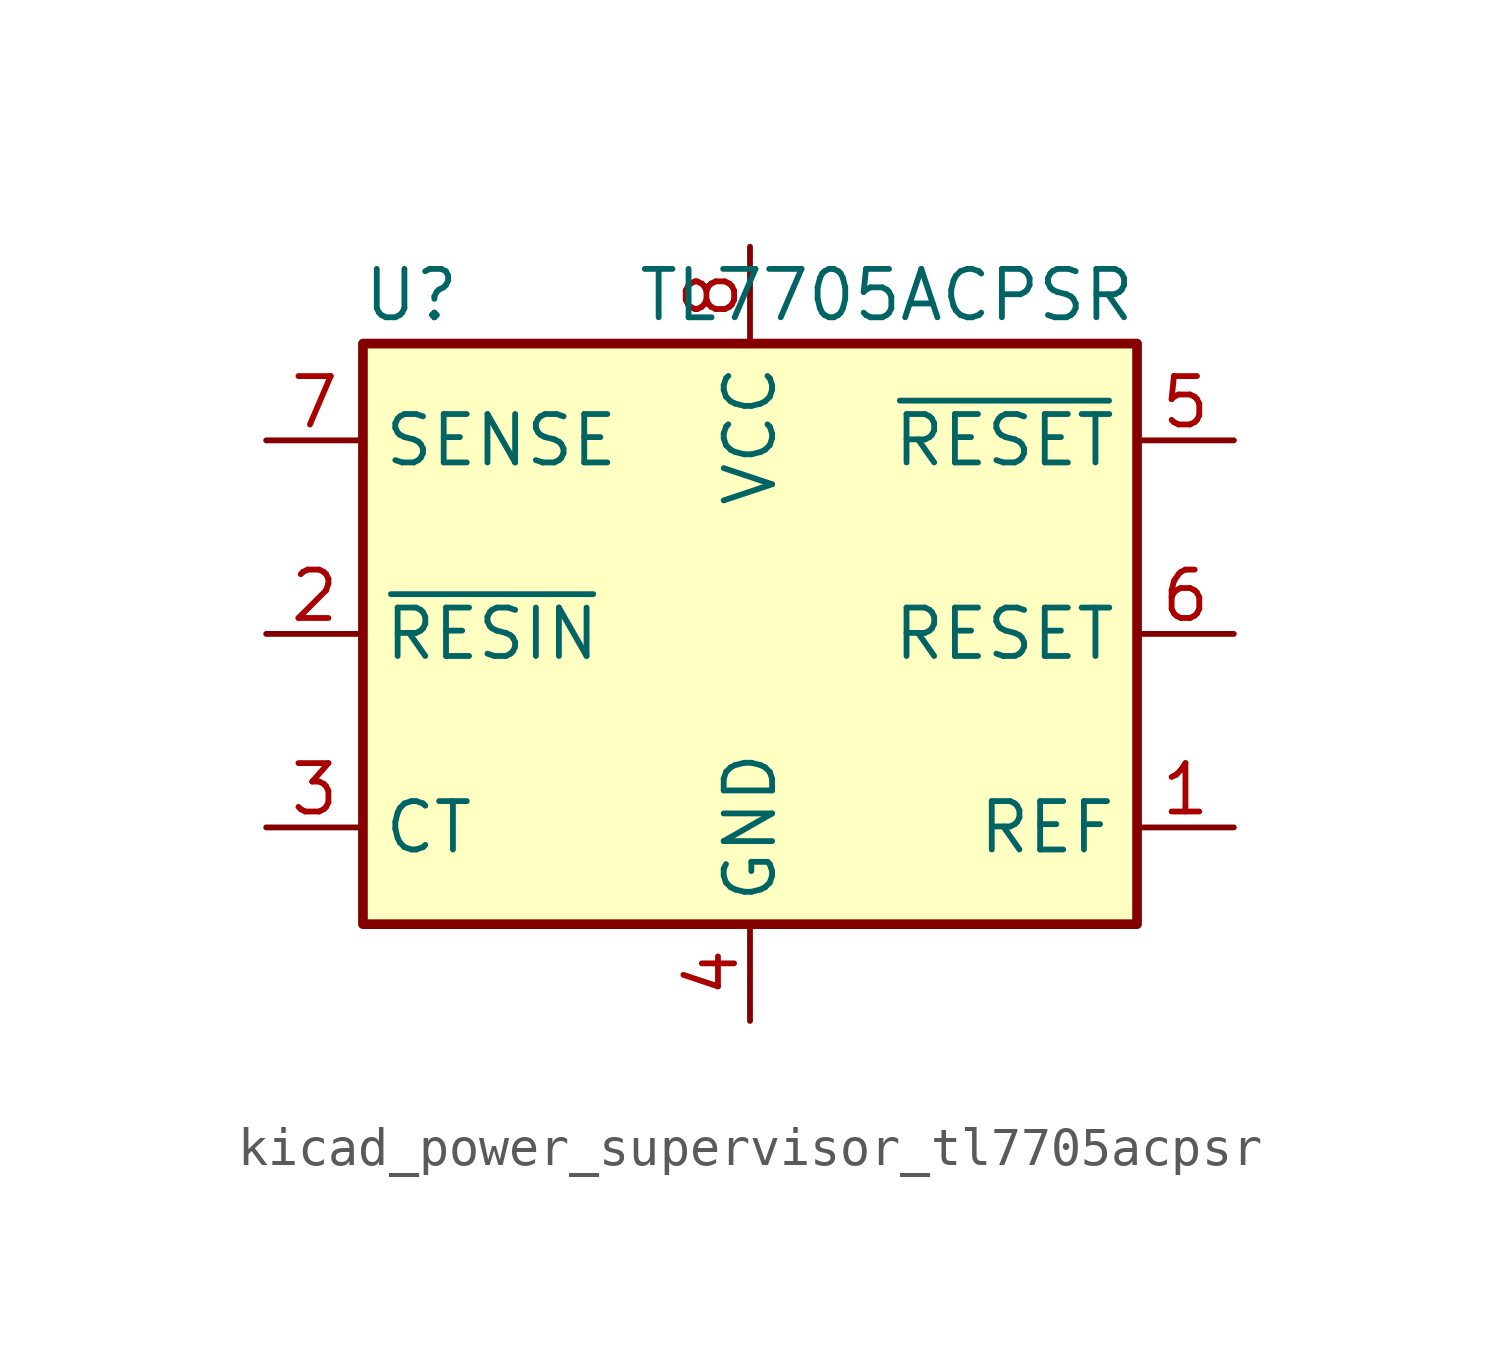
<source format=kicad_sym>
(kicad_symbol_lib
  (version 20220914)
  (generator kicad_symbol_editor)
  (symbol "kicad_power_supervisor_tl7705acpsr"
    (property "Reference" "U"
      (at -8.89 8.89 0)
      (effects (font (size 1.27 1.27))))
    (property "Value" "TL7705ACPSR"
      (at 10.16 8.89 0)
      (effects (font (size 1.27 1.27)) (justify right)))
    (symbol "kicad_power_supervisor_tl7705acpsr_0_1"
      (rectangle (start -10.16 7.62) (end 10.16 -7.62) (stroke (width 0.254) (type default)) (fill (type background))))
    (symbol "kicad_power_supervisor_tl7705acpsr_1_1"
      (pin output line (at 12.7 -5.08 180) (length 2.54) (name "REF" (effects (font (size 1.27 1.27)))) (number "1" (effects (font (size 1.27 1.27)))))
      (pin input line (at -12.7 0 0) (length 2.54) (name "~{RESIN}" (effects (font (size 1.27 1.27)))) (number "2" (effects (font (size 1.27 1.27)))))
      (pin passive line (at -12.7 -5.08 0) (length 2.54) (name "CT" (effects (font (size 1.27 1.27)))) (number "3" (effects (font (size 1.27 1.27)))))
      (pin power_in line (at 0 -10.16 90) (length 2.54) (name "GND" (effects (font (size 1.27 1.27)))) (number "4" (effects (font (size 1.27 1.27)))))
      (pin open_collector line (at 12.7 5.08 180) (length 2.54) (name "~{RESET}" (effects (font (size 1.27 1.27)))) (number "5" (effects (font (size 1.27 1.27)))))
      (pin open_collector line (at 12.7 0 180) (length 2.54) (name "RESET" (effects (font (size 1.27 1.27)))) (number "6" (effects (font (size 1.27 1.27)))))
      (pin input line (at -12.7 5.08 0) (length 2.54) (name "SENSE" (effects (font (size 1.27 1.27)))) (number "7" (effects (font (size 1.27 1.27)))))
      (pin power_in line (at 0 10.16 270) (length 2.54) (name "VCC" (effects (font (size 1.27 1.27)))) (number "8" (effects (font (size 1.27 1.27))))))))
</source>
